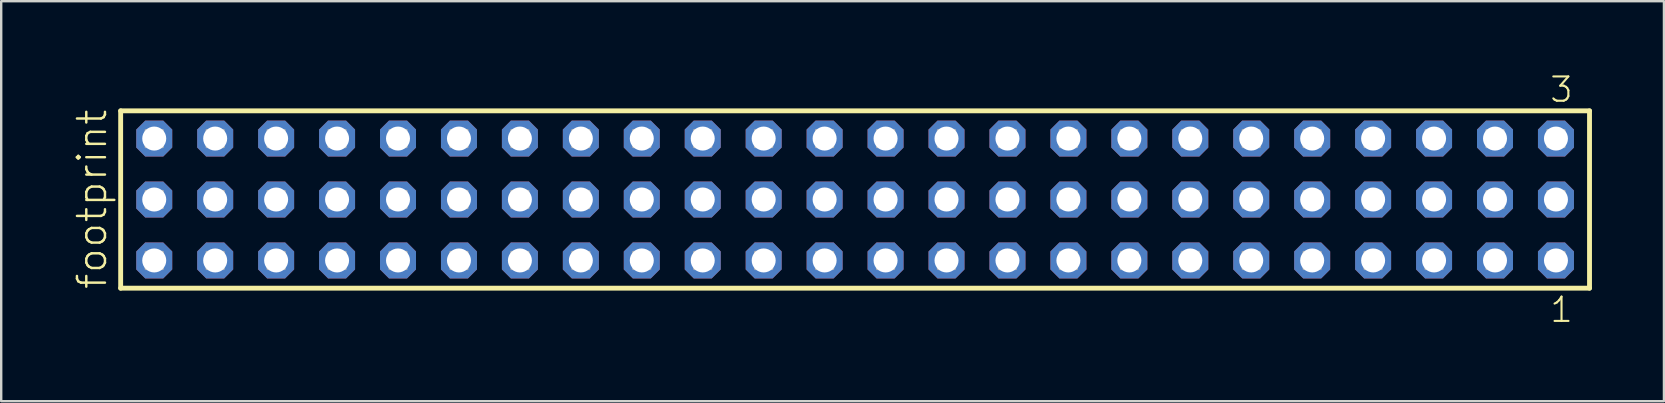
<source format=kicad_pcb>
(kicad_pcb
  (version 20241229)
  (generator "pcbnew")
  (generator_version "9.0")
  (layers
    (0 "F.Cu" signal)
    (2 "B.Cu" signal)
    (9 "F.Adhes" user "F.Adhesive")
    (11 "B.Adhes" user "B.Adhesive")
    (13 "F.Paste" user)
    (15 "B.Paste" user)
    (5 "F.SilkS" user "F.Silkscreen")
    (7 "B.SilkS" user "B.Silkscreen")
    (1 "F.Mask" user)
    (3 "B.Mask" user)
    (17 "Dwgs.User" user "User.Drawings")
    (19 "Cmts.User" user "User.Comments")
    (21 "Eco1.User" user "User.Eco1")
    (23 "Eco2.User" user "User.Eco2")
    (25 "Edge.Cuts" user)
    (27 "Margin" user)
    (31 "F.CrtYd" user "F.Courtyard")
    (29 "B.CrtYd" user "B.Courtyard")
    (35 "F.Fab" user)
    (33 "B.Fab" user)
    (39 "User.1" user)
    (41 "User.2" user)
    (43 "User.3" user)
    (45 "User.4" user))
  (footprint "footprint"
    (layer "F.Cu")
    (at 32.588 5.265)
    (property "Reference" "footprint" (at -31.115 3.81 90) (layer "F.SilkS") (effects (font (size 1.168 1.168) (thickness 0.102)) (justify left bottom)))
    (fp_line (start -30.609 -3.695) (end 30.609 -3.695) (stroke (width 0.203) (type solid)) (layer "F.SilkS"))
    (fp_line (start -30.609 3.695) (end -30.609 -3.695) (stroke (width 0.203) (type solid)) (layer "F.SilkS"))
    (fp_line (start 30.609 -3.695) (end 30.609 3.695) (stroke (width 0.203) (type solid)) (layer "F.SilkS"))
    (fp_line (start 30.609 3.695) (end -30.609 3.695) (stroke (width 0.203) (type solid)) (layer "F.SilkS"))
    (fp_poly (pts (xy -29.56 -2.19) (xy -28.86 -2.19) (xy -28.86 -2.89) (xy -29.56 -2.89)) (stroke (width 0.1) (type solid)) (fill no) (layer "F.Fab"))
    (fp_poly (pts (xy -29.56 0.35) (xy -28.86 0.35) (xy -28.86 -0.35) (xy -29.56 -0.35)) (stroke (width 0.1) (type solid)) (fill no) (layer "F.Fab"))
    (fp_poly (pts (xy -29.56 2.89) (xy -28.86 2.89) (xy -28.86 2.19) (xy -29.56 2.19)) (stroke (width 0.1) (type solid)) (fill no) (layer "F.Fab"))
    (fp_poly (pts (xy -27.02 -2.19) (xy -26.32 -2.19) (xy -26.32 -2.89) (xy -27.02 -2.89)) (stroke (width 0.1) (type solid)) (fill no) (layer "F.Fab"))
    (fp_poly (pts (xy -27.02 0.35) (xy -26.32 0.35) (xy -26.32 -0.35) (xy -27.02 -0.35)) (stroke (width 0.1) (type solid)) (fill no) (layer "F.Fab"))
    (fp_poly (pts (xy -27.02 2.89) (xy -26.32 2.89) (xy -26.32 2.19) (xy -27.02 2.19)) (stroke (width 0.1) (type solid)) (fill no) (layer "F.Fab"))
    (fp_poly (pts (xy -24.48 -2.19) (xy -23.78 -2.19) (xy -23.78 -2.89) (xy -24.48 -2.89)) (stroke (width 0.1) (type solid)) (fill no) (layer "F.Fab"))
    (fp_poly (pts (xy -24.48 0.35) (xy -23.78 0.35) (xy -23.78 -0.35) (xy -24.48 -0.35)) (stroke (width 0.1) (type solid)) (fill no) (layer "F.Fab"))
    (fp_poly (pts (xy -24.48 2.89) (xy -23.78 2.89) (xy -23.78 2.19) (xy -24.48 2.19)) (stroke (width 0.1) (type solid)) (fill no) (layer "F.Fab"))
    (fp_poly (pts (xy -21.94 -2.19) (xy -21.24 -2.19) (xy -21.24 -2.89) (xy -21.94 -2.89)) (stroke (width 0.1) (type solid)) (fill no) (layer "F.Fab"))
    (fp_poly (pts (xy -21.94 0.35) (xy -21.24 0.35) (xy -21.24 -0.35) (xy -21.94 -0.35)) (stroke (width 0.1) (type solid)) (fill no) (layer "F.Fab"))
    (fp_poly (pts (xy -21.94 2.89) (xy -21.24 2.89) (xy -21.24 2.19) (xy -21.94 2.19)) (stroke (width 0.1) (type solid)) (fill no) (layer "F.Fab"))
    (fp_poly (pts (xy -19.4 -2.19) (xy -18.7 -2.19) (xy -18.7 -2.89) (xy -19.4 -2.89)) (stroke (width 0.1) (type solid)) (fill no) (layer "F.Fab"))
    (fp_poly (pts (xy -19.4 0.35) (xy -18.7 0.35) (xy -18.7 -0.35) (xy -19.4 -0.35)) (stroke (width 0.1) (type solid)) (fill no) (layer "F.Fab"))
    (fp_poly (pts (xy -19.4 2.89) (xy -18.7 2.89) (xy -18.7 2.19) (xy -19.4 2.19)) (stroke (width 0.1) (type solid)) (fill no) (layer "F.Fab"))
    (fp_poly (pts (xy -16.86 -2.19) (xy -16.16 -2.19) (xy -16.16 -2.89) (xy -16.86 -2.89)) (stroke (width 0.1) (type solid)) (fill no) (layer "F.Fab"))
    (fp_poly (pts (xy -16.86 0.35) (xy -16.16 0.35) (xy -16.16 -0.35) (xy -16.86 -0.35)) (stroke (width 0.1) (type solid)) (fill no) (layer "F.Fab"))
    (fp_poly (pts (xy -16.86 2.89) (xy -16.16 2.89) (xy -16.16 2.19) (xy -16.86 2.19)) (stroke (width 0.1) (type solid)) (fill no) (layer "F.Fab"))
    (fp_poly (pts (xy -14.32 -2.19) (xy -13.62 -2.19) (xy -13.62 -2.89) (xy -14.32 -2.89)) (stroke (width 0.1) (type solid)) (fill no) (layer "F.Fab"))
    (fp_poly (pts (xy -14.32 0.35) (xy -13.62 0.35) (xy -13.62 -0.35) (xy -14.32 -0.35)) (stroke (width 0.1) (type solid)) (fill no) (layer "F.Fab"))
    (fp_poly (pts (xy -14.32 2.89) (xy -13.62 2.89) (xy -13.62 2.19) (xy -14.32 2.19)) (stroke (width 0.1) (type solid)) (fill no) (layer "F.Fab"))
    (fp_poly (pts (xy -11.78 -2.19) (xy -11.08 -2.19) (xy -11.08 -2.89) (xy -11.78 -2.89)) (stroke (width 0.1) (type solid)) (fill no) (layer "F.Fab"))
    (fp_poly (pts (xy -11.78 0.35) (xy -11.08 0.35) (xy -11.08 -0.35) (xy -11.78 -0.35)) (stroke (width 0.1) (type solid)) (fill no) (layer "F.Fab"))
    (fp_poly (pts (xy -11.78 2.89) (xy -11.08 2.89) (xy -11.08 2.19) (xy -11.78 2.19)) (stroke (width 0.1) (type solid)) (fill no) (layer "F.Fab"))
    (fp_poly (pts (xy -9.24 -2.19) (xy -8.54 -2.19) (xy -8.54 -2.89) (xy -9.24 -2.89)) (stroke (width 0.1) (type solid)) (fill no) (layer "F.Fab"))
    (fp_poly (pts (xy -9.24 0.35) (xy -8.54 0.35) (xy -8.54 -0.35) (xy -9.24 -0.35)) (stroke (width 0.1) (type solid)) (fill no) (layer "F.Fab"))
    (fp_poly (pts (xy -9.24 2.89) (xy -8.54 2.89) (xy -8.54 2.19) (xy -9.24 2.19)) (stroke (width 0.1) (type solid)) (fill no) (layer "F.Fab"))
    (fp_poly (pts (xy -6.7 -2.19) (xy -6 -2.19) (xy -6 -2.89) (xy -6.7 -2.89)) (stroke (width 0.1) (type solid)) (fill no) (layer "F.Fab"))
    (fp_poly (pts (xy -6.7 0.35) (xy -6 0.35) (xy -6 -0.35) (xy -6.7 -0.35)) (stroke (width 0.1) (type solid)) (fill no) (layer "F.Fab"))
    (fp_poly (pts (xy -6.7 2.89) (xy -6 2.89) (xy -6 2.19) (xy -6.7 2.19)) (stroke (width 0.1) (type solid)) (fill no) (layer "F.Fab"))
    (fp_poly (pts (xy -4.16 -2.19) (xy -3.46 -2.19) (xy -3.46 -2.89) (xy -4.16 -2.89)) (stroke (width 0.1) (type solid)) (fill no) (layer "F.Fab"))
    (fp_poly (pts (xy -4.16 0.35) (xy -3.46 0.35) (xy -3.46 -0.35) (xy -4.16 -0.35)) (stroke (width 0.1) (type solid)) (fill no) (layer "F.Fab"))
    (fp_poly (pts (xy -4.16 2.89) (xy -3.46 2.89) (xy -3.46 2.19) (xy -4.16 2.19)) (stroke (width 0.1) (type solid)) (fill no) (layer "F.Fab"))
    (fp_poly (pts (xy -1.62 -2.19) (xy -0.92 -2.19) (xy -0.92 -2.89) (xy -1.62 -2.89)) (stroke (width 0.1) (type solid)) (fill no) (layer "F.Fab"))
    (fp_poly (pts (xy -1.62 0.35) (xy -0.92 0.35) (xy -0.92 -0.35) (xy -1.62 -0.35)) (stroke (width 0.1) (type solid)) (fill no) (layer "F.Fab"))
    (fp_poly (pts (xy -1.62 2.89) (xy -0.92 2.89) (xy -0.92 2.19) (xy -1.62 2.19)) (stroke (width 0.1) (type solid)) (fill no) (layer "F.Fab"))
    (fp_poly (pts (xy 0.92 -2.19) (xy 1.62 -2.19) (xy 1.62 -2.89) (xy 0.92 -2.89)) (stroke (width 0.1) (type solid)) (fill no) (layer "F.Fab"))
    (fp_poly (pts (xy 0.92 0.35) (xy 1.62 0.35) (xy 1.62 -0.35) (xy 0.92 -0.35)) (stroke (width 0.1) (type solid)) (fill no) (layer "F.Fab"))
    (fp_poly (pts (xy 0.92 2.89) (xy 1.62 2.89) (xy 1.62 2.19) (xy 0.92 2.19)) (stroke (width 0.1) (type solid)) (fill no) (layer "F.Fab"))
    (fp_poly (pts (xy 3.46 -2.19) (xy 4.16 -2.19) (xy 4.16 -2.89) (xy 3.46 -2.89)) (stroke (width 0.1) (type solid)) (fill no) (layer "F.Fab"))
    (fp_poly (pts (xy 3.46 0.35) (xy 4.16 0.35) (xy 4.16 -0.35) (xy 3.46 -0.35)) (stroke (width 0.1) (type solid)) (fill no) (layer "F.Fab"))
    (fp_poly (pts (xy 3.46 2.89) (xy 4.16 2.89) (xy 4.16 2.19) (xy 3.46 2.19)) (stroke (width 0.1) (type solid)) (fill no) (layer "F.Fab"))
    (fp_poly (pts (xy 6 -2.19) (xy 6.7 -2.19) (xy 6.7 -2.89) (xy 6 -2.89)) (stroke (width 0.1) (type solid)) (fill no) (layer "F.Fab"))
    (fp_poly (pts (xy 6 0.35) (xy 6.7 0.35) (xy 6.7 -0.35) (xy 6 -0.35)) (stroke (width 0.1) (type solid)) (fill no) (layer "F.Fab"))
    (fp_poly (pts (xy 6 2.89) (xy 6.7 2.89) (xy 6.7 2.19) (xy 6 2.19)) (stroke (width 0.1) (type solid)) (fill no) (layer "F.Fab"))
    (fp_poly (pts (xy 8.54 -2.19) (xy 9.24 -2.19) (xy 9.24 -2.89) (xy 8.54 -2.89)) (stroke (width 0.1) (type solid)) (fill no) (layer "F.Fab"))
    (fp_poly (pts (xy 8.54 0.35) (xy 9.24 0.35) (xy 9.24 -0.35) (xy 8.54 -0.35)) (stroke (width 0.1) (type solid)) (fill no) (layer "F.Fab"))
    (fp_poly (pts (xy 8.54 2.89) (xy 9.24 2.89) (xy 9.24 2.19) (xy 8.54 2.19)) (stroke (width 0.1) (type solid)) (fill no) (layer "F.Fab"))
    (fp_poly (pts (xy 11.08 -2.19) (xy 11.78 -2.19) (xy 11.78 -2.89) (xy 11.08 -2.89)) (stroke (width 0.1) (type solid)) (fill no) (layer "F.Fab"))
    (fp_poly (pts (xy 11.08 0.35) (xy 11.78 0.35) (xy 11.78 -0.35) (xy 11.08 -0.35)) (stroke (width 0.1) (type solid)) (fill no) (layer "F.Fab"))
    (fp_poly (pts (xy 11.08 2.89) (xy 11.78 2.89) (xy 11.78 2.19) (xy 11.08 2.19)) (stroke (width 0.1) (type solid)) (fill no) (layer "F.Fab"))
    (fp_poly (pts (xy 13.62 -2.19) (xy 14.32 -2.19) (xy 14.32 -2.89) (xy 13.62 -2.89)) (stroke (width 0.1) (type solid)) (fill no) (layer "F.Fab"))
    (fp_poly (pts (xy 13.62 0.35) (xy 14.32 0.35) (xy 14.32 -0.35) (xy 13.62 -0.35)) (stroke (width 0.1) (type solid)) (fill no) (layer "F.Fab"))
    (fp_poly (pts (xy 13.62 2.89) (xy 14.32 2.89) (xy 14.32 2.19) (xy 13.62 2.19)) (stroke (width 0.1) (type solid)) (fill no) (layer "F.Fab"))
    (fp_poly (pts (xy 16.16 -2.19) (xy 16.86 -2.19) (xy 16.86 -2.89) (xy 16.16 -2.89)) (stroke (width 0.1) (type solid)) (fill no) (layer "F.Fab"))
    (fp_poly (pts (xy 16.16 0.35) (xy 16.86 0.35) (xy 16.86 -0.35) (xy 16.16 -0.35)) (stroke (width 0.1) (type solid)) (fill no) (layer "F.Fab"))
    (fp_poly (pts (xy 16.16 2.89) (xy 16.86 2.89) (xy 16.86 2.19) (xy 16.16 2.19)) (stroke (width 0.1) (type solid)) (fill no) (layer "F.Fab"))
    (fp_poly (pts (xy 18.7 -2.19) (xy 19.4 -2.19) (xy 19.4 -2.89) (xy 18.7 -2.89)) (stroke (width 0.1) (type solid)) (fill no) (layer "F.Fab"))
    (fp_poly (pts (xy 18.7 0.35) (xy 19.4 0.35) (xy 19.4 -0.35) (xy 18.7 -0.35)) (stroke (width 0.1) (type solid)) (fill no) (layer "F.Fab"))
    (fp_poly (pts (xy 18.7 2.89) (xy 19.4 2.89) (xy 19.4 2.19) (xy 18.7 2.19)) (stroke (width 0.1) (type solid)) (fill no) (layer "F.Fab"))
    (fp_poly (pts (xy 21.24 -2.19) (xy 21.94 -2.19) (xy 21.94 -2.89) (xy 21.24 -2.89)) (stroke (width 0.1) (type solid)) (fill no) (layer "F.Fab"))
    (fp_poly (pts (xy 21.24 0.35) (xy 21.94 0.35) (xy 21.94 -0.35) (xy 21.24 -0.35)) (stroke (width 0.1) (type solid)) (fill no) (layer "F.Fab"))
    (fp_poly (pts (xy 21.24 2.89) (xy 21.94 2.89) (xy 21.94 2.19) (xy 21.24 2.19)) (stroke (width 0.1) (type solid)) (fill no) (layer "F.Fab"))
    (fp_poly (pts (xy 23.78 -2.19) (xy 24.48 -2.19) (xy 24.48 -2.89) (xy 23.78 -2.89)) (stroke (width 0.1) (type solid)) (fill no) (layer "F.Fab"))
    (fp_poly (pts (xy 23.78 0.35) (xy 24.48 0.35) (xy 24.48 -0.35) (xy 23.78 -0.35)) (stroke (width 0.1) (type solid)) (fill no) (layer "F.Fab"))
    (fp_poly (pts (xy 23.78 2.89) (xy 24.48 2.89) (xy 24.48 2.19) (xy 23.78 2.19)) (stroke (width 0.1) (type solid)) (fill no) (layer "F.Fab"))
    (fp_poly (pts (xy 26.32 -2.19) (xy 27.02 -2.19) (xy 27.02 -2.89) (xy 26.32 -2.89)) (stroke (width 0.1) (type solid)) (fill no) (layer "F.Fab"))
    (fp_poly (pts (xy 26.32 0.35) (xy 27.02 0.35) (xy 27.02 -0.35) (xy 26.32 -0.35)) (stroke (width 0.1) (type solid)) (fill no) (layer "F.Fab"))
    (fp_poly (pts (xy 26.32 2.89) (xy 27.02 2.89) (xy 27.02 2.19) (xy 26.32 2.19)) (stroke (width 0.1) (type solid)) (fill no) (layer "F.Fab"))
    (fp_poly (pts (xy 28.86 -2.19) (xy 29.56 -2.19) (xy 29.56 -2.89) (xy 28.86 -2.89)) (stroke (width 0.1) (type solid)) (fill no) (layer "F.Fab"))
    (fp_poly (pts (xy 28.86 0.35) (xy 29.56 0.35) (xy 29.56 -0.35) (xy 28.86 -0.35)) (stroke (width 0.1) (type solid)) (fill no) (layer "F.Fab"))
    (fp_poly (pts (xy 28.86 2.89) (xy 29.56 2.89) (xy 29.56 2.19) (xy 28.86 2.19)) (stroke (width 0.1) (type solid)) (fill no) (layer "F.Fab"))
    (fp_text user "3" (at 28.898 -3.989 0) (layer "F.SilkS") (effects (font (size 1.012 1.012) (thickness 0.088)) (justify left bottom)))
    (fp_text user "1" (at 28.902 5.188 0) (layer "F.SilkS") (effects (font (size 1.012 1.012) (thickness 0.088)) (justify left bottom)))
    (pad "1" thru_hole roundrect (at 29.21 2.54 180) (size 1.5 1.5) (drill 1) (layers "*.Cu" "*.Mask") (roundrect_rratio 0.25) (chamfer_ratio 0.25) (chamfer top_left top_right bottom_left bottom_right))
    (pad "2" thru_hole roundrect (at 29.21 0 180) (size 1.5 1.5) (drill 1) (layers "*.Cu" "*.Mask") (roundrect_rratio 0.25) (chamfer_ratio 0.25) (chamfer top_left top_right bottom_left bottom_right))
    (pad "3" thru_hole roundrect (at 29.21 -2.54 180) (size 1.5 1.5) (drill 1) (layers "*.Cu" "*.Mask") (roundrect_rratio 0.25) (chamfer_ratio 0.25) (chamfer top_left top_right bottom_left bottom_right))
    (pad "4" thru_hole roundrect (at 26.67 2.54 180) (size 1.5 1.5) (drill 1) (layers "*.Cu" "*.Mask") (roundrect_rratio 0.25) (chamfer_ratio 0.25) (chamfer top_left top_right bottom_left bottom_right))
    (pad "5" thru_hole roundrect (at 26.67 0 180) (size 1.5 1.5) (drill 1) (layers "*.Cu" "*.Mask") (roundrect_rratio 0.25) (chamfer_ratio 0.25) (chamfer top_left top_right bottom_left bottom_right))
    (pad "6" thru_hole roundrect (at 26.67 -2.54 180) (size 1.5 1.5) (drill 1) (layers "*.Cu" "*.Mask") (roundrect_rratio 0.25) (chamfer_ratio 0.25) (chamfer top_left top_right bottom_left bottom_right))
    (pad "7" thru_hole roundrect (at 24.13 2.54 180) (size 1.5 1.5) (drill 1) (layers "*.Cu" "*.Mask") (roundrect_rratio 0.25) (chamfer_ratio 0.25) (chamfer top_left top_right bottom_left bottom_right))
    (pad "8" thru_hole roundrect (at 24.13 0 180) (size 1.5 1.5) (drill 1) (layers "*.Cu" "*.Mask") (roundrect_rratio 0.25) (chamfer_ratio 0.25) (chamfer top_left top_right bottom_left bottom_right))
    (pad "9" thru_hole roundrect (at 24.13 -2.54 180) (size 1.5 1.5) (drill 1) (layers "*.Cu" "*.Mask") (roundrect_rratio 0.25) (chamfer_ratio 0.25) (chamfer top_left top_right bottom_left bottom_right))
    (pad "10" thru_hole roundrect (at 21.59 2.54 180) (size 1.5 1.5) (drill 1) (layers "*.Cu" "*.Mask") (roundrect_rratio 0.25) (chamfer_ratio 0.25) (chamfer top_left top_right bottom_left bottom_right))
    (pad "11" thru_hole roundrect (at 21.59 0 180) (size 1.5 1.5) (drill 1) (layers "*.Cu" "*.Mask") (roundrect_rratio 0.25) (chamfer_ratio 0.25) (chamfer top_left top_right bottom_left bottom_right))
    (pad "12" thru_hole roundrect (at 21.59 -2.54 180) (size 1.5 1.5) (drill 1) (layers "*.Cu" "*.Mask") (roundrect_rratio 0.25) (chamfer_ratio 0.25) (chamfer top_left top_right bottom_left bottom_right))
    (pad "13" thru_hole roundrect (at 19.05 2.54 180) (size 1.5 1.5) (drill 1) (layers "*.Cu" "*.Mask") (roundrect_rratio 0.25) (chamfer_ratio 0.25) (chamfer top_left top_right bottom_left bottom_right))
    (pad "14" thru_hole roundrect (at 19.05 0 180) (size 1.5 1.5) (drill 1) (layers "*.Cu" "*.Mask") (roundrect_rratio 0.25) (chamfer_ratio 0.25) (chamfer top_left top_right bottom_left bottom_right))
    (pad "15" thru_hole roundrect (at 19.05 -2.54 180) (size 1.5 1.5) (drill 1) (layers "*.Cu" "*.Mask") (roundrect_rratio 0.25) (chamfer_ratio 0.25) (chamfer top_left top_right bottom_left bottom_right))
    (pad "16" thru_hole roundrect (at 16.51 2.54 180) (size 1.5 1.5) (drill 1) (layers "*.Cu" "*.Mask") (roundrect_rratio 0.25) (chamfer_ratio 0.25) (chamfer top_left top_right bottom_left bottom_right))
    (pad "17" thru_hole roundrect (at 16.51 0 180) (size 1.5 1.5) (drill 1) (layers "*.Cu" "*.Mask") (roundrect_rratio 0.25) (chamfer_ratio 0.25) (chamfer top_left top_right bottom_left bottom_right))
    (pad "18" thru_hole roundrect (at 16.51 -2.54 180) (size 1.5 1.5) (drill 1) (layers "*.Cu" "*.Mask") (roundrect_rratio 0.25) (chamfer_ratio 0.25) (chamfer top_left top_right bottom_left bottom_right))
    (pad "19" thru_hole roundrect (at 13.97 2.54 180) (size 1.5 1.5) (drill 1) (layers "*.Cu" "*.Mask") (roundrect_rratio 0.25) (chamfer_ratio 0.25) (chamfer top_left top_right bottom_left bottom_right))
    (pad "20" thru_hole roundrect (at 13.97 0 180) (size 1.5 1.5) (drill 1) (layers "*.Cu" "*.Mask") (roundrect_rratio 0.25) (chamfer_ratio 0.25) (chamfer top_left top_right bottom_left bottom_right))
    (pad "21" thru_hole roundrect (at 13.97 -2.54 180) (size 1.5 1.5) (drill 1) (layers "*.Cu" "*.Mask") (roundrect_rratio 0.25) (chamfer_ratio 0.25) (chamfer top_left top_right bottom_left bottom_right))
    (pad "22" thru_hole roundrect (at 11.43 2.54 180) (size 1.5 1.5) (drill 1) (layers "*.Cu" "*.Mask") (roundrect_rratio 0.25) (chamfer_ratio 0.25) (chamfer top_left top_right bottom_left bottom_right))
    (pad "23" thru_hole roundrect (at 11.43 0 180) (size 1.5 1.5) (drill 1) (layers "*.Cu" "*.Mask") (roundrect_rratio 0.25) (chamfer_ratio 0.25) (chamfer top_left top_right bottom_left bottom_right))
    (pad "24" thru_hole roundrect (at 11.43 -2.54 180) (size 1.5 1.5) (drill 1) (layers "*.Cu" "*.Mask") (roundrect_rratio 0.25) (chamfer_ratio 0.25) (chamfer top_left top_right bottom_left bottom_right))
    (pad "25" thru_hole roundrect (at 8.89 2.54 180) (size 1.5 1.5) (drill 1) (layers "*.Cu" "*.Mask") (roundrect_rratio 0.25) (chamfer_ratio 0.25) (chamfer top_left top_right bottom_left bottom_right))
    (pad "26" thru_hole roundrect (at 8.89 0 180) (size 1.5 1.5) (drill 1) (layers "*.Cu" "*.Mask") (roundrect_rratio 0.25) (chamfer_ratio 0.25) (chamfer top_left top_right bottom_left bottom_right))
    (pad "27" thru_hole roundrect (at 8.89 -2.54 180) (size 1.5 1.5) (drill 1) (layers "*.Cu" "*.Mask") (roundrect_rratio 0.25) (chamfer_ratio 0.25) (chamfer top_left top_right bottom_left bottom_right))
    (pad "28" thru_hole roundrect (at 6.35 2.54 180) (size 1.5 1.5) (drill 1) (layers "*.Cu" "*.Mask") (roundrect_rratio 0.25) (chamfer_ratio 0.25) (chamfer top_left top_right bottom_left bottom_right))
    (pad "29" thru_hole roundrect (at 6.35 0 180) (size 1.5 1.5) (drill 1) (layers "*.Cu" "*.Mask") (roundrect_rratio 0.25) (chamfer_ratio 0.25) (chamfer top_left top_right bottom_left bottom_right))
    (pad "30" thru_hole roundrect (at 6.35 -2.54 180) (size 1.5 1.5) (drill 1) (layers "*.Cu" "*.Mask") (roundrect_rratio 0.25) (chamfer_ratio 0.25) (chamfer top_left top_right bottom_left bottom_right))
    (pad "31" thru_hole roundrect (at 3.81 2.54 180) (size 1.5 1.5) (drill 1) (layers "*.Cu" "*.Mask") (roundrect_rratio 0.25) (chamfer_ratio 0.25) (chamfer top_left top_right bottom_left bottom_right))
    (pad "32" thru_hole roundrect (at 3.81 0 180) (size 1.5 1.5) (drill 1) (layers "*.Cu" "*.Mask") (roundrect_rratio 0.25) (chamfer_ratio 0.25) (chamfer top_left top_right bottom_left bottom_right))
    (pad "33" thru_hole roundrect (at 3.81 -2.54 180) (size 1.5 1.5) (drill 1) (layers "*.Cu" "*.Mask") (roundrect_rratio 0.25) (chamfer_ratio 0.25) (chamfer top_left top_right bottom_left bottom_right))
    (pad "34" thru_hole roundrect (at 1.27 2.54 180) (size 1.5 1.5) (drill 1) (layers "*.Cu" "*.Mask") (roundrect_rratio 0.25) (chamfer_ratio 0.25) (chamfer top_left top_right bottom_left bottom_right))
    (pad "35" thru_hole roundrect (at 1.27 0 180) (size 1.5 1.5) (drill 1) (layers "*.Cu" "*.Mask") (roundrect_rratio 0.25) (chamfer_ratio 0.25) (chamfer top_left top_right bottom_left bottom_right))
    (pad "36" thru_hole roundrect (at 1.27 -2.54 180) (size 1.5 1.5) (drill 1) (layers "*.Cu" "*.Mask") (roundrect_rratio 0.25) (chamfer_ratio 0.25) (chamfer top_left top_right bottom_left bottom_right))
    (pad "37" thru_hole roundrect (at -1.27 2.54 180) (size 1.5 1.5) (drill 1) (layers "*.Cu" "*.Mask") (roundrect_rratio 0.25) (chamfer_ratio 0.25) (chamfer top_left top_right bottom_left bottom_right))
    (pad "38" thru_hole roundrect (at -1.27 0 180) (size 1.5 1.5) (drill 1) (layers "*.Cu" "*.Mask") (roundrect_rratio 0.25) (chamfer_ratio 0.25) (chamfer top_left top_right bottom_left bottom_right))
    (pad "39" thru_hole roundrect (at -1.27 -2.54 180) (size 1.5 1.5) (drill 1) (layers "*.Cu" "*.Mask") (roundrect_rratio 0.25) (chamfer_ratio 0.25) (chamfer top_left top_right bottom_left bottom_right))
    (pad "40" thru_hole roundrect (at -3.81 2.54 180) (size 1.5 1.5) (drill 1) (layers "*.Cu" "*.Mask") (roundrect_rratio 0.25) (chamfer_ratio 0.25) (chamfer top_left top_right bottom_left bottom_right))
    (pad "41" thru_hole roundrect (at -3.81 0 180) (size 1.5 1.5) (drill 1) (layers "*.Cu" "*.Mask") (roundrect_rratio 0.25) (chamfer_ratio 0.25) (chamfer top_left top_right bottom_left bottom_right))
    (pad "42" thru_hole roundrect (at -3.81 -2.54 180) (size 1.5 1.5) (drill 1) (layers "*.Cu" "*.Mask") (roundrect_rratio 0.25) (chamfer_ratio 0.25) (chamfer top_left top_right bottom_left bottom_right))
    (pad "43" thru_hole roundrect (at -6.35 2.54 180) (size 1.5 1.5) (drill 1) (layers "*.Cu" "*.Mask") (roundrect_rratio 0.25) (chamfer_ratio 0.25) (chamfer top_left top_right bottom_left bottom_right))
    (pad "44" thru_hole roundrect (at -6.35 0 180) (size 1.5 1.5) (drill 1) (layers "*.Cu" "*.Mask") (roundrect_rratio 0.25) (chamfer_ratio 0.25) (chamfer top_left top_right bottom_left bottom_right))
    (pad "45" thru_hole roundrect (at -6.35 -2.54 180) (size 1.5 1.5) (drill 1) (layers "*.Cu" "*.Mask") (roundrect_rratio 0.25) (chamfer_ratio 0.25) (chamfer top_left top_right bottom_left bottom_right))
    (pad "46" thru_hole roundrect (at -8.89 2.54 180) (size 1.5 1.5) (drill 1) (layers "*.Cu" "*.Mask") (roundrect_rratio 0.25) (chamfer_ratio 0.25) (chamfer top_left top_right bottom_left bottom_right))
    (pad "47" thru_hole roundrect (at -8.89 0 180) (size 1.5 1.5) (drill 1) (layers "*.Cu" "*.Mask") (roundrect_rratio 0.25) (chamfer_ratio 0.25) (chamfer top_left top_right bottom_left bottom_right))
    (pad "48" thru_hole roundrect (at -8.89 -2.54 180) (size 1.5 1.5) (drill 1) (layers "*.Cu" "*.Mask") (roundrect_rratio 0.25) (chamfer_ratio 0.25) (chamfer top_left top_right bottom_left bottom_right))
    (pad "49" thru_hole roundrect (at -11.43 2.54 180) (size 1.5 1.5) (drill 1) (layers "*.Cu" "*.Mask") (roundrect_rratio 0.25) (chamfer_ratio 0.25) (chamfer top_left top_right bottom_left bottom_right))
    (pad "50" thru_hole roundrect (at -11.43 0 180) (size 1.5 1.5) (drill 1) (layers "*.Cu" "*.Mask") (roundrect_rratio 0.25) (chamfer_ratio 0.25) (chamfer top_left top_right bottom_left bottom_right))
    (pad "51" thru_hole roundrect (at -11.43 -2.54 180) (size 1.5 1.5) (drill 1) (layers "*.Cu" "*.Mask") (roundrect_rratio 0.25) (chamfer_ratio 0.25) (chamfer top_left top_right bottom_left bottom_right))
    (pad "52" thru_hole roundrect (at -13.97 2.54 180) (size 1.5 1.5) (drill 1) (layers "*.Cu" "*.Mask") (roundrect_rratio 0.25) (chamfer_ratio 0.25) (chamfer top_left top_right bottom_left bottom_right))
    (pad "53" thru_hole roundrect (at -13.97 0 180) (size 1.5 1.5) (drill 1) (layers "*.Cu" "*.Mask") (roundrect_rratio 0.25) (chamfer_ratio 0.25) (chamfer top_left top_right bottom_left bottom_right))
    (pad "54" thru_hole roundrect (at -13.97 -2.54 180) (size 1.5 1.5) (drill 1) (layers "*.Cu" "*.Mask") (roundrect_rratio 0.25) (chamfer_ratio 0.25) (chamfer top_left top_right bottom_left bottom_right))
    (pad "55" thru_hole roundrect (at -16.51 2.54 180) (size 1.5 1.5) (drill 1) (layers "*.Cu" "*.Mask") (roundrect_rratio 0.25) (chamfer_ratio 0.25) (chamfer top_left top_right bottom_left bottom_right))
    (pad "56" thru_hole roundrect (at -16.51 0 180) (size 1.5 1.5) (drill 1) (layers "*.Cu" "*.Mask") (roundrect_rratio 0.25) (chamfer_ratio 0.25) (chamfer top_left top_right bottom_left bottom_right))
    (pad "57" thru_hole roundrect (at -16.51 -2.54 180) (size 1.5 1.5) (drill 1) (layers "*.Cu" "*.Mask") (roundrect_rratio 0.25) (chamfer_ratio 0.25) (chamfer top_left top_right bottom_left bottom_right))
    (pad "58" thru_hole roundrect (at -19.05 2.54 180) (size 1.5 1.5) (drill 1) (layers "*.Cu" "*.Mask") (roundrect_rratio 0.25) (chamfer_ratio 0.25) (chamfer top_left top_right bottom_left bottom_right))
    (pad "59" thru_hole roundrect (at -19.05 0 180) (size 1.5 1.5) (drill 1) (layers "*.Cu" "*.Mask") (roundrect_rratio 0.25) (chamfer_ratio 0.25) (chamfer top_left top_right bottom_left bottom_right))
    (pad "60" thru_hole roundrect (at -19.05 -2.54 180) (size 1.5 1.5) (drill 1) (layers "*.Cu" "*.Mask") (roundrect_rratio 0.25) (chamfer_ratio 0.25) (chamfer top_left top_right bottom_left bottom_right))
    (pad "61" thru_hole roundrect (at -21.59 2.54 180) (size 1.5 1.5) (drill 1) (layers "*.Cu" "*.Mask") (roundrect_rratio 0.25) (chamfer_ratio 0.25) (chamfer top_left top_right bottom_left bottom_right))
    (pad "62" thru_hole roundrect (at -21.59 0 180) (size 1.5 1.5) (drill 1) (layers "*.Cu" "*.Mask") (roundrect_rratio 0.25) (chamfer_ratio 0.25) (chamfer top_left top_right bottom_left bottom_right))
    (pad "63" thru_hole roundrect (at -21.59 -2.54 180) (size 1.5 1.5) (drill 1) (layers "*.Cu" "*.Mask") (roundrect_rratio 0.25) (chamfer_ratio 0.25) (chamfer top_left top_right bottom_left bottom_right))
    (pad "64" thru_hole roundrect (at -24.13 2.54 180) (size 1.5 1.5) (drill 1) (layers "*.Cu" "*.Mask") (roundrect_rratio 0.25) (chamfer_ratio 0.25) (chamfer top_left top_right bottom_left bottom_right))
    (pad "65" thru_hole roundrect (at -24.13 0 180) (size 1.5 1.5) (drill 1) (layers "*.Cu" "*.Mask") (roundrect_rratio 0.25) (chamfer_ratio 0.25) (chamfer top_left top_right bottom_left bottom_right))
    (pad "66" thru_hole roundrect (at -24.13 -2.54 180) (size 1.5 1.5) (drill 1) (layers "*.Cu" "*.Mask") (roundrect_rratio 0.25) (chamfer_ratio 0.25) (chamfer top_left top_right bottom_left bottom_right))
    (pad "67" thru_hole roundrect (at -26.67 2.54 180) (size 1.5 1.5) (drill 1) (layers "*.Cu" "*.Mask") (roundrect_rratio 0.25) (chamfer_ratio 0.25) (chamfer top_left top_right bottom_left bottom_right))
    (pad "68" thru_hole roundrect (at -26.67 0 180) (size 1.5 1.5) (drill 1) (layers "*.Cu" "*.Mask") (roundrect_rratio 0.25) (chamfer_ratio 0.25) (chamfer top_left top_right bottom_left bottom_right))
    (pad "69" thru_hole roundrect (at -26.67 -2.54 180) (size 1.5 1.5) (drill 1) (layers "*.Cu" "*.Mask") (roundrect_rratio 0.25) (chamfer_ratio 0.25) (chamfer top_left top_right bottom_left bottom_right))
    (pad "70" thru_hole roundrect (at -29.21 2.54 180) (size 1.5 1.5) (drill 1) (layers "*.Cu" "*.Mask") (roundrect_rratio 0.25) (chamfer_ratio 0.25) (chamfer top_left top_right bottom_left bottom_right))
    (pad "71" thru_hole roundrect (at -29.21 0 180) (size 1.5 1.5) (drill 1) (layers "*.Cu" "*.Mask") (roundrect_rratio 0.25) (chamfer_ratio 0.25) (chamfer top_left top_right bottom_left bottom_right))
    (pad "72" thru_hole roundrect (at -29.21 -2.54 180) (size 1.5 1.5) (drill 1) (layers "*.Cu" "*.Mask") (roundrect_rratio 0.25) (chamfer_ratio 0.25) (chamfer top_left top_right bottom_left bottom_right)))
  (gr_rect
    (start -3 -3)
    (end 66.299 13.67)
    (stroke (width 0.1) (type default))
    (fill no)
    (layer "Edge.Cuts")))
</source>
